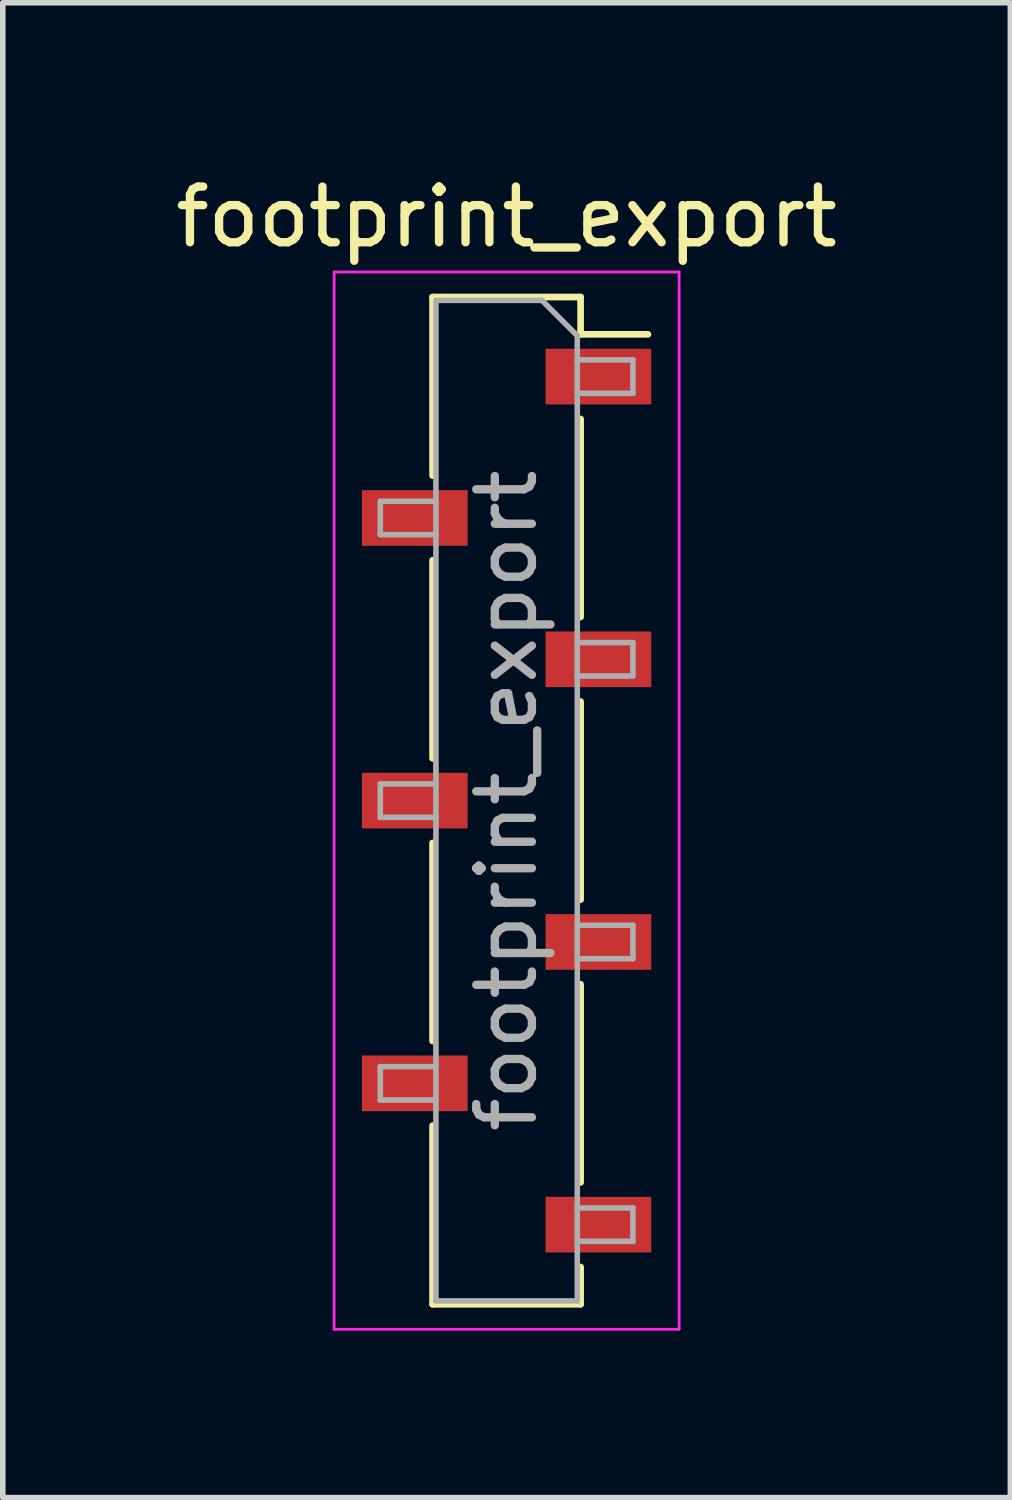
<source format=kicad_pcb>
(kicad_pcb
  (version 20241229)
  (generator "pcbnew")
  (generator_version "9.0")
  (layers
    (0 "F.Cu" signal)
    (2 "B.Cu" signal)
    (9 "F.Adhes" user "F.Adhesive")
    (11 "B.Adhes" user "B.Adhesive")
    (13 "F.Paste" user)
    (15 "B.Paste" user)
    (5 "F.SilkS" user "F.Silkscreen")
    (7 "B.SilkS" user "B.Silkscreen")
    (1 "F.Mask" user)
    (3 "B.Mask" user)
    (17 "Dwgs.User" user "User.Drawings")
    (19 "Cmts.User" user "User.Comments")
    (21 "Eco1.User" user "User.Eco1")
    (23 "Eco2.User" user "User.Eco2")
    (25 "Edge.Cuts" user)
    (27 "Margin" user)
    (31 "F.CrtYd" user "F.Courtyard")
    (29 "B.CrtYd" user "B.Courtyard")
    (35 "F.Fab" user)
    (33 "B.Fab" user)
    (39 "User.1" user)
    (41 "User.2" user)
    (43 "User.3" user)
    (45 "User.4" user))
  (footprint "footprint_export"
    (layer "F.Cu")
    (at 6.054 11.338)
    (property "Reference" "footprint_export" (at 0 -10.49 0) (layer "F.SilkS") (effects (font (size 1 1) (thickness 0.15))))
    (attr smd)
    (fp_line (start -1.33 -9.05) (end -1.33 -5.84) (stroke (width 0.12) (type solid)) (layer "F.SilkS"))
    (fp_line (start -1.33 -9.05) (end 1.33 -9.05) (stroke (width 0.12) (type solid)) (layer "F.SilkS"))
    (fp_line (start -1.33 -4.32) (end -1.33 -0.76) (stroke (width 0.12) (type solid)) (layer "F.SilkS"))
    (fp_line (start -1.33 0.76) (end -1.33 4.32) (stroke (width 0.12) (type solid)) (layer "F.SilkS"))
    (fp_line (start -1.33 5.84) (end -1.33 9.05) (stroke (width 0.12) (type solid)) (layer "F.SilkS"))
    (fp_line (start -1.33 9.05) (end 1.33 9.05) (stroke (width 0.12) (type solid)) (layer "F.SilkS"))
    (fp_line (start 1.33 -9.05) (end 1.33 -8.38) (stroke (width 0.12) (type solid)) (layer "F.SilkS"))
    (fp_line (start 1.33 -8.38) (end 2.54 -8.38) (stroke (width 0.12) (type solid)) (layer "F.SilkS"))
    (fp_line (start 1.33 -6.86) (end 1.33 -3.3) (stroke (width 0.12) (type solid)) (layer "F.SilkS"))
    (fp_line (start 1.33 -1.78) (end 1.33 1.78) (stroke (width 0.12) (type solid)) (layer "F.SilkS"))
    (fp_line (start 1.33 3.3) (end 1.33 6.86) (stroke (width 0.12) (type solid)) (layer "F.SilkS"))
    (fp_line (start 1.33 8.38) (end 1.33 9.05) (stroke (width 0.12) (type solid)) (layer "F.SilkS"))
    (fp_line (start -3.1 -9.5) (end 3.1 -9.5) (stroke (width 0.05) (type solid)) (layer "F.CrtYd"))
    (fp_line (start -3.1 9.5) (end -3.1 -9.5) (stroke (width 0.05) (type solid)) (layer "F.CrtYd"))
    (fp_line (start 3.1 -9.5) (end 3.1 9.5) (stroke (width 0.05) (type solid)) (layer "F.CrtYd"))
    (fp_line (start 3.1 9.5) (end -3.1 9.5) (stroke (width 0.05) (type solid)) (layer "F.CrtYd"))
    (fp_line (start -2.27 -5.38) (end -1.27 -5.38) (stroke (width 0.1) (type solid)) (layer "F.Fab"))
    (fp_line (start -2.27 -4.78) (end -2.27 -5.38) (stroke (width 0.1) (type solid)) (layer "F.Fab"))
    (fp_line (start -2.27 -0.3) (end -1.27 -0.3) (stroke (width 0.1) (type solid)) (layer "F.Fab"))
    (fp_line (start -2.27 0.3) (end -2.27 -0.3) (stroke (width 0.1) (type solid)) (layer "F.Fab"))
    (fp_line (start -2.27 4.78) (end -1.27 4.78) (stroke (width 0.1) (type solid)) (layer "F.Fab"))
    (fp_line (start -2.27 5.38) (end -2.27 4.78) (stroke (width 0.1) (type solid)) (layer "F.Fab"))
    (fp_line (start -1.27 -8.99) (end 0.635 -8.99) (stroke (width 0.1) (type solid)) (layer "F.Fab"))
    (fp_line (start -1.27 -4.78) (end -2.27 -4.78) (stroke (width 0.1) (type solid)) (layer "F.Fab"))
    (fp_line (start -1.27 0.3) (end -2.27 0.3) (stroke (width 0.1) (type solid)) (layer "F.Fab"))
    (fp_line (start -1.27 5.38) (end -2.27 5.38) (stroke (width 0.1) (type solid)) (layer "F.Fab"))
    (fp_line (start -1.27 8.99) (end -1.27 -8.99) (stroke (width 0.1) (type solid)) (layer "F.Fab"))
    (fp_line (start 0.635 -8.99) (end 1.27 -8.355) (stroke (width 0.1) (type solid)) (layer "F.Fab"))
    (fp_line (start 1.27 -8.355) (end 1.27 8.99) (stroke (width 0.1) (type solid)) (layer "F.Fab"))
    (fp_line (start 1.27 -7.92) (end 2.27 -7.92) (stroke (width 0.1) (type solid)) (layer "F.Fab"))
    (fp_line (start 1.27 -2.84) (end 2.27 -2.84) (stroke (width 0.1) (type solid)) (layer "F.Fab"))
    (fp_line (start 1.27 2.24) (end 2.27 2.24) (stroke (width 0.1) (type solid)) (layer "F.Fab"))
    (fp_line (start 1.27 7.32) (end 2.27 7.32) (stroke (width 0.1) (type solid)) (layer "F.Fab"))
    (fp_line (start 1.27 8.99) (end -1.27 8.99) (stroke (width 0.1) (type solid)) (layer "F.Fab"))
    (fp_line (start 2.27 -7.92) (end 2.27 -7.32) (stroke (width 0.1) (type solid)) (layer "F.Fab"))
    (fp_line (start 2.27 -7.32) (end 1.27 -7.32) (stroke (width 0.1) (type solid)) (layer "F.Fab"))
    (fp_line (start 2.27 -2.84) (end 2.27 -2.24) (stroke (width 0.1) (type solid)) (layer "F.Fab"))
    (fp_line (start 2.27 -2.24) (end 1.27 -2.24) (stroke (width 0.1) (type solid)) (layer "F.Fab"))
    (fp_line (start 2.27 2.24) (end 2.27 2.84) (stroke (width 0.1) (type solid)) (layer "F.Fab"))
    (fp_line (start 2.27 2.84) (end 1.27 2.84) (stroke (width 0.1) (type solid)) (layer "F.Fab"))
    (fp_line (start 2.27 7.32) (end 2.27 7.92) (stroke (width 0.1) (type solid)) (layer "F.Fab"))
    (fp_line (start 2.27 7.92) (end 1.27 7.92) (stroke (width 0.1) (type solid)) (layer "F.Fab"))
    (fp_text user "${REFERENCE}" (at 0 0 90) (layer "F.Fab") (effects (font (size 1 1) (thickness 0.15))))
    (pad "1" smd rect (at 1.65 -7.62) (size 1.9 1) (layers "F.Cu" "F.Mask" "F.Paste"))
    (pad "2" smd rect (at -1.65 -5.08) (size 1.9 1) (layers "F.Cu" "F.Mask" "F.Paste"))
    (pad "3" smd rect (at 1.65 -2.54) (size 1.9 1) (layers "F.Cu" "F.Mask" "F.Paste"))
    (pad "4" smd rect (at -1.65 0) (size 1.9 1) (layers "F.Cu" "F.Mask" "F.Paste"))
    (pad "5" smd rect (at 1.65 2.54) (size 1.9 1) (layers "F.Cu" "F.Mask" "F.Paste"))
    (pad "6" smd rect (at -1.65 5.08) (size 1.9 1) (layers "F.Cu" "F.Mask" "F.Paste"))
    (pad "7" smd rect (at 1.65 7.62) (size 1.9 1) (layers "F.Cu" "F.Mask" "F.Paste")))
  (gr_rect
    (start -3 -3)
    (end 15.107 23.863)
    (stroke (width 0.1) (type default))
    (fill no)
    (layer "Edge.Cuts")))
</source>
